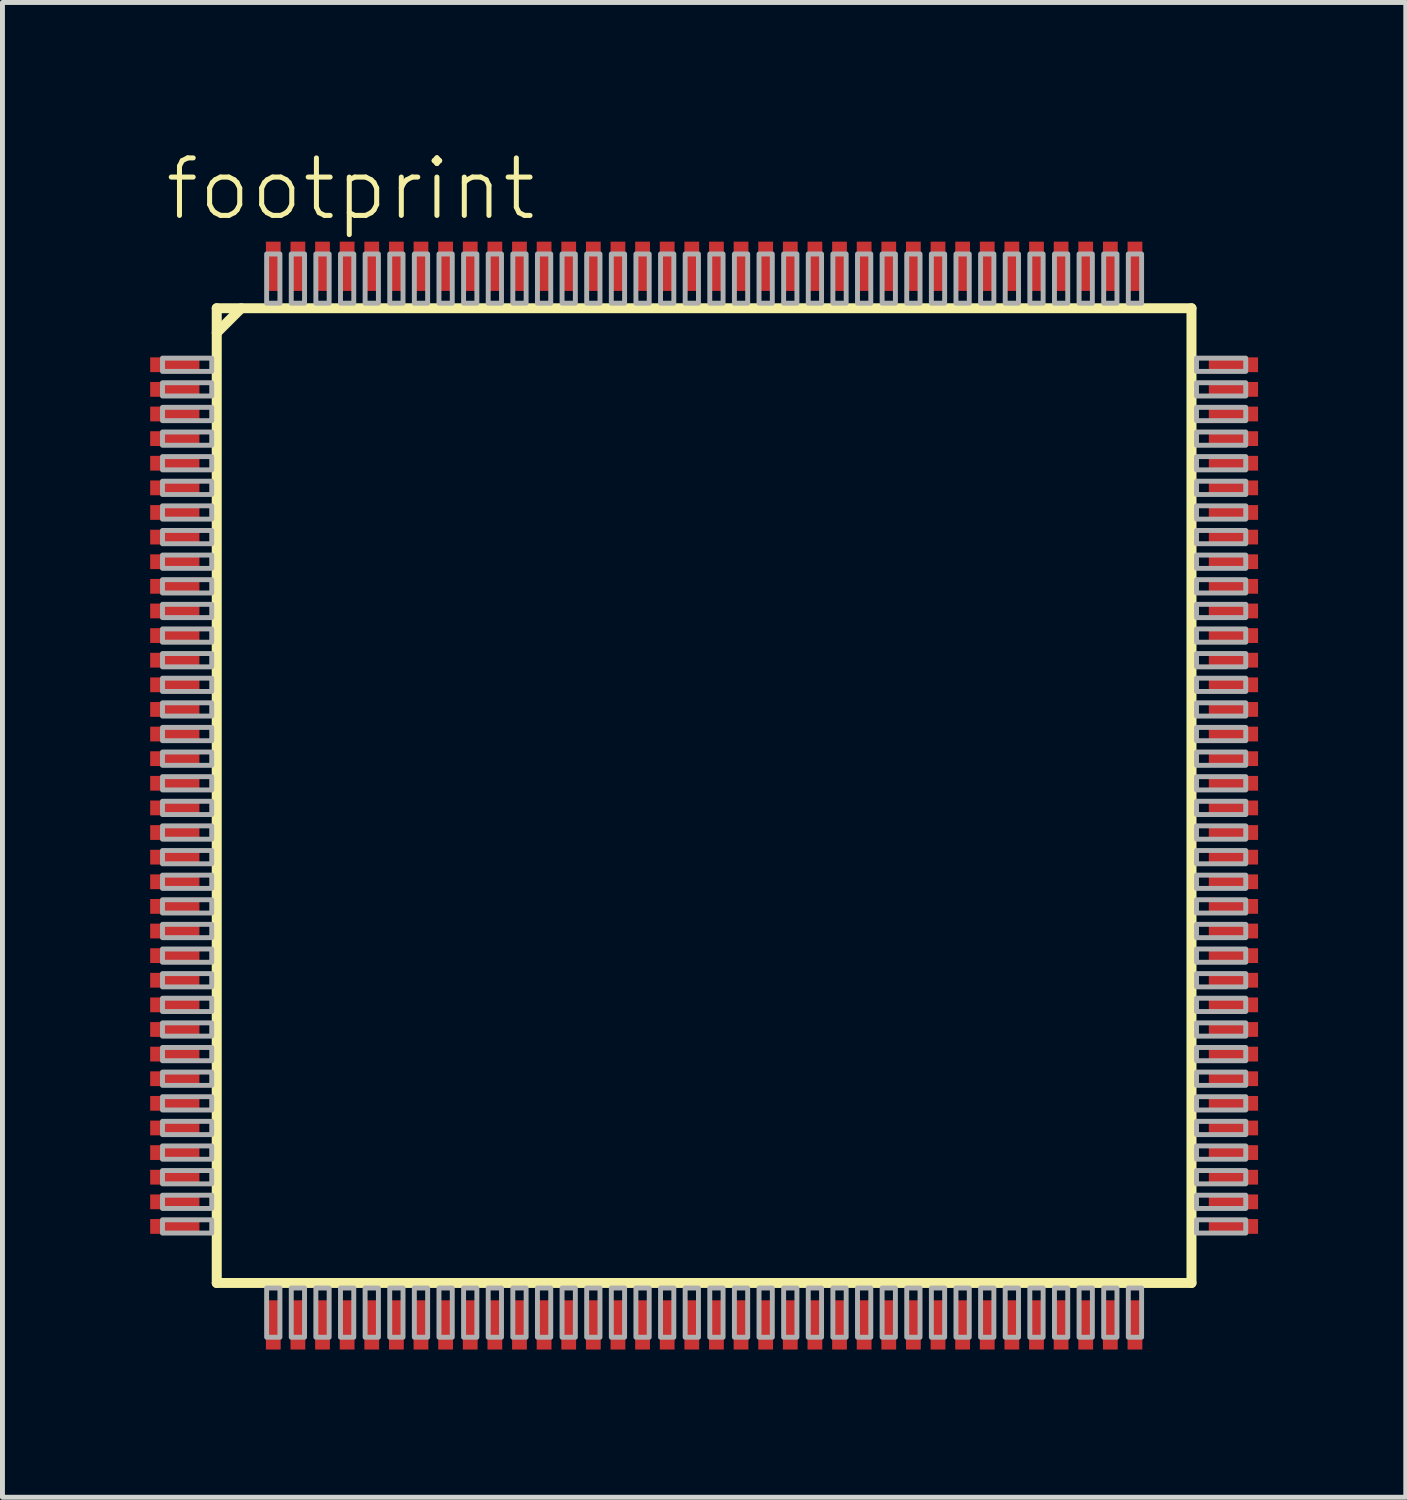
<source format=kicad_pcb>
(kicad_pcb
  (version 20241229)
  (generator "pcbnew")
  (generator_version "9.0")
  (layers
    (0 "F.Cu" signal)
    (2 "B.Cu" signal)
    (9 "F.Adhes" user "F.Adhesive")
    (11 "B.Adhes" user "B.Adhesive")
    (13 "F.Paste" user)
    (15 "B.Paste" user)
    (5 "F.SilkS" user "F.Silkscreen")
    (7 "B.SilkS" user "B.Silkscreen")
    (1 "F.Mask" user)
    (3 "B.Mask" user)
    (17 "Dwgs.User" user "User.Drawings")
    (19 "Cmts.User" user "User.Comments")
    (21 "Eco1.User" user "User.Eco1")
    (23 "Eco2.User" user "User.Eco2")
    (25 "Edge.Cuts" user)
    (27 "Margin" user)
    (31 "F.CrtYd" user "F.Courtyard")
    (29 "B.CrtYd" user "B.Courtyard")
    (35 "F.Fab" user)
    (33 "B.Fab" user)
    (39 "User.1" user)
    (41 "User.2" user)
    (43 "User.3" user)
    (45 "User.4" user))
  (footprint "footprint"
    (layer "F.Cu")
    (at 11.25 13.108)
    (property "Reference" "footprint" (at -11 -11.635 0) (layer "F.SilkS") (effects (font (size 1.168 1.168) (thickness 0.102)) (justify left bottom)))
    (fp_line (start -9.898 -9.898) (end -9.898 9.898) (stroke (width 0.203) (type solid)) (layer "F.SilkS"))
    (fp_line (start -9.898 -9.4) (end -9.4 -9.898) (stroke (width 0.203) (type solid)) (layer "F.SilkS"))
    (fp_line (start -9.898 9.898) (end 9.898 9.898) (stroke (width 0.203) (type solid)) (layer "F.SilkS"))
    (fp_line (start 9.898 -9.898) (end -9.898 -9.898) (stroke (width 0.203) (type solid)) (layer "F.SilkS"))
    (fp_line (start 9.898 9.898) (end 9.898 -9.898) (stroke (width 0.203) (type solid)) (layer "F.SilkS"))
    (fp_poly (pts (xy -11 -8.615) (xy -10 -8.615) (xy -10 -8.885) (xy -11 -8.885)) (stroke (width 0.1) (type solid)) (fill no) (layer "F.Fab"))
    (fp_poly (pts (xy -11 -8.115) (xy -10 -8.115) (xy -10 -8.385) (xy -11 -8.385)) (stroke (width 0.1) (type solid)) (fill no) (layer "F.Fab"))
    (fp_poly (pts (xy -11 -7.615) (xy -10 -7.615) (xy -10 -7.885) (xy -11 -7.885)) (stroke (width 0.1) (type solid)) (fill no) (layer "F.Fab"))
    (fp_poly (pts (xy -11 -7.115) (xy -10 -7.115) (xy -10 -7.385) (xy -11 -7.385)) (stroke (width 0.1) (type solid)) (fill no) (layer "F.Fab"))
    (fp_poly (pts (xy -11 -6.615) (xy -10 -6.615) (xy -10 -6.885) (xy -11 -6.885)) (stroke (width 0.1) (type solid)) (fill no) (layer "F.Fab"))
    (fp_poly (pts (xy -11 -6.115) (xy -10 -6.115) (xy -10 -6.385) (xy -11 -6.385)) (stroke (width 0.1) (type solid)) (fill no) (layer "F.Fab"))
    (fp_poly (pts (xy -11 -5.615) (xy -10 -5.615) (xy -10 -5.885) (xy -11 -5.885)) (stroke (width 0.1) (type solid)) (fill no) (layer "F.Fab"))
    (fp_poly (pts (xy -11 -5.115) (xy -10 -5.115) (xy -10 -5.385) (xy -11 -5.385)) (stroke (width 0.1) (type solid)) (fill no) (layer "F.Fab"))
    (fp_poly (pts (xy -11 -4.615) (xy -10 -4.615) (xy -10 -4.885) (xy -11 -4.885)) (stroke (width 0.1) (type solid)) (fill no) (layer "F.Fab"))
    (fp_poly (pts (xy -11 -4.115) (xy -10 -4.115) (xy -10 -4.385) (xy -11 -4.385)) (stroke (width 0.1) (type solid)) (fill no) (layer "F.Fab"))
    (fp_poly (pts (xy -11 -3.615) (xy -10 -3.615) (xy -10 -3.885) (xy -11 -3.885)) (stroke (width 0.1) (type solid)) (fill no) (layer "F.Fab"))
    (fp_poly (pts (xy -11 -3.115) (xy -10 -3.115) (xy -10 -3.385) (xy -11 -3.385)) (stroke (width 0.1) (type solid)) (fill no) (layer "F.Fab"))
    (fp_poly (pts (xy -11 -2.615) (xy -10 -2.615) (xy -10 -2.885) (xy -11 -2.885)) (stroke (width 0.1) (type solid)) (fill no) (layer "F.Fab"))
    (fp_poly (pts (xy -11 -2.115) (xy -10 -2.115) (xy -10 -2.385) (xy -11 -2.385)) (stroke (width 0.1) (type solid)) (fill no) (layer "F.Fab"))
    (fp_poly (pts (xy -11 -1.615) (xy -10 -1.615) (xy -10 -1.885) (xy -11 -1.885)) (stroke (width 0.1) (type solid)) (fill no) (layer "F.Fab"))
    (fp_poly (pts (xy -11 -1.115) (xy -10 -1.115) (xy -10 -1.385) (xy -11 -1.385)) (stroke (width 0.1) (type solid)) (fill no) (layer "F.Fab"))
    (fp_poly (pts (xy -11 -0.615) (xy -10 -0.615) (xy -10 -0.885) (xy -11 -0.885)) (stroke (width 0.1) (type solid)) (fill no) (layer "F.Fab"))
    (fp_poly (pts (xy -11 -0.115) (xy -10 -0.115) (xy -10 -0.385) (xy -11 -0.385)) (stroke (width 0.1) (type solid)) (fill no) (layer "F.Fab"))
    (fp_poly (pts (xy -11 0.385) (xy -10 0.385) (xy -10 0.115) (xy -11 0.115)) (stroke (width 0.1) (type solid)) (fill no) (layer "F.Fab"))
    (fp_poly (pts (xy -11 0.885) (xy -10 0.885) (xy -10 0.615) (xy -11 0.615)) (stroke (width 0.1) (type solid)) (fill no) (layer "F.Fab"))
    (fp_poly (pts (xy -11 1.385) (xy -10 1.385) (xy -10 1.115) (xy -11 1.115)) (stroke (width 0.1) (type solid)) (fill no) (layer "F.Fab"))
    (fp_poly (pts (xy -11 1.885) (xy -10 1.885) (xy -10 1.615) (xy -11 1.615)) (stroke (width 0.1) (type solid)) (fill no) (layer "F.Fab"))
    (fp_poly (pts (xy -11 2.385) (xy -10 2.385) (xy -10 2.115) (xy -11 2.115)) (stroke (width 0.1) (type solid)) (fill no) (layer "F.Fab"))
    (fp_poly (pts (xy -11 2.885) (xy -10 2.885) (xy -10 2.615) (xy -11 2.615)) (stroke (width 0.1) (type solid)) (fill no) (layer "F.Fab"))
    (fp_poly (pts (xy -11 3.385) (xy -10 3.385) (xy -10 3.115) (xy -11 3.115)) (stroke (width 0.1) (type solid)) (fill no) (layer "F.Fab"))
    (fp_poly (pts (xy -11 3.885) (xy -10 3.885) (xy -10 3.615) (xy -11 3.615)) (stroke (width 0.1) (type solid)) (fill no) (layer "F.Fab"))
    (fp_poly (pts (xy -11 4.385) (xy -10 4.385) (xy -10 4.115) (xy -11 4.115)) (stroke (width 0.1) (type solid)) (fill no) (layer "F.Fab"))
    (fp_poly (pts (xy -11 4.885) (xy -10 4.885) (xy -10 4.615) (xy -11 4.615)) (stroke (width 0.1) (type solid)) (fill no) (layer "F.Fab"))
    (fp_poly (pts (xy -11 5.385) (xy -10 5.385) (xy -10 5.115) (xy -11 5.115)) (stroke (width 0.1) (type solid)) (fill no) (layer "F.Fab"))
    (fp_poly (pts (xy -11 5.885) (xy -10 5.885) (xy -10 5.615) (xy -11 5.615)) (stroke (width 0.1) (type solid)) (fill no) (layer "F.Fab"))
    (fp_poly (pts (xy -11 6.385) (xy -10 6.385) (xy -10 6.115) (xy -11 6.115)) (stroke (width 0.1) (type solid)) (fill no) (layer "F.Fab"))
    (fp_poly (pts (xy -11 6.885) (xy -10 6.885) (xy -10 6.615) (xy -11 6.615)) (stroke (width 0.1) (type solid)) (fill no) (layer "F.Fab"))
    (fp_poly (pts (xy -11 7.385) (xy -10 7.385) (xy -10 7.115) (xy -11 7.115)) (stroke (width 0.1) (type solid)) (fill no) (layer "F.Fab"))
    (fp_poly (pts (xy -11 7.885) (xy -10 7.885) (xy -10 7.615) (xy -11 7.615)) (stroke (width 0.1) (type solid)) (fill no) (layer "F.Fab"))
    (fp_poly (pts (xy -11 8.385) (xy -10 8.385) (xy -10 8.115) (xy -11 8.115)) (stroke (width 0.1) (type solid)) (fill no) (layer "F.Fab"))
    (fp_poly (pts (xy -11 8.885) (xy -10 8.885) (xy -10 8.615) (xy -11 8.615)) (stroke (width 0.1) (type solid)) (fill no) (layer "F.Fab"))
    (fp_poly (pts (xy -8.885 -10) (xy -8.615 -10) (xy -8.615 -11) (xy -8.885 -11)) (stroke (width 0.1) (type solid)) (fill no) (layer "F.Fab"))
    (fp_poly (pts (xy -8.885 11) (xy -8.615 11) (xy -8.615 10) (xy -8.885 10)) (stroke (width 0.1) (type solid)) (fill no) (layer "F.Fab"))
    (fp_poly (pts (xy -8.385 -10) (xy -8.115 -10) (xy -8.115 -11) (xy -8.385 -11)) (stroke (width 0.1) (type solid)) (fill no) (layer "F.Fab"))
    (fp_poly (pts (xy -8.385 11) (xy -8.115 11) (xy -8.115 10) (xy -8.385 10)) (stroke (width 0.1) (type solid)) (fill no) (layer "F.Fab"))
    (fp_poly (pts (xy -7.885 -10) (xy -7.615 -10) (xy -7.615 -11) (xy -7.885 -11)) (stroke (width 0.1) (type solid)) (fill no) (layer "F.Fab"))
    (fp_poly (pts (xy -7.885 11) (xy -7.615 11) (xy -7.615 10) (xy -7.885 10)) (stroke (width 0.1) (type solid)) (fill no) (layer "F.Fab"))
    (fp_poly (pts (xy -7.385 -10) (xy -7.115 -10) (xy -7.115 -11) (xy -7.385 -11)) (stroke (width 0.1) (type solid)) (fill no) (layer "F.Fab"))
    (fp_poly (pts (xy -7.385 11) (xy -7.115 11) (xy -7.115 10) (xy -7.385 10)) (stroke (width 0.1) (type solid)) (fill no) (layer "F.Fab"))
    (fp_poly (pts (xy -6.885 -10) (xy -6.615 -10) (xy -6.615 -11) (xy -6.885 -11)) (stroke (width 0.1) (type solid)) (fill no) (layer "F.Fab"))
    (fp_poly (pts (xy -6.885 11) (xy -6.615 11) (xy -6.615 10) (xy -6.885 10)) (stroke (width 0.1) (type solid)) (fill no) (layer "F.Fab"))
    (fp_poly (pts (xy -6.385 -10) (xy -6.115 -10) (xy -6.115 -11) (xy -6.385 -11)) (stroke (width 0.1) (type solid)) (fill no) (layer "F.Fab"))
    (fp_poly (pts (xy -6.385 11) (xy -6.115 11) (xy -6.115 10) (xy -6.385 10)) (stroke (width 0.1) (type solid)) (fill no) (layer "F.Fab"))
    (fp_poly (pts (xy -5.885 -10) (xy -5.615 -10) (xy -5.615 -11) (xy -5.885 -11)) (stroke (width 0.1) (type solid)) (fill no) (layer "F.Fab"))
    (fp_poly (pts (xy -5.885 11) (xy -5.615 11) (xy -5.615 10) (xy -5.885 10)) (stroke (width 0.1) (type solid)) (fill no) (layer "F.Fab"))
    (fp_poly (pts (xy -5.385 -10) (xy -5.115 -10) (xy -5.115 -11) (xy -5.385 -11)) (stroke (width 0.1) (type solid)) (fill no) (layer "F.Fab"))
    (fp_poly (pts (xy -5.385 11) (xy -5.115 11) (xy -5.115 10) (xy -5.385 10)) (stroke (width 0.1) (type solid)) (fill no) (layer "F.Fab"))
    (fp_poly (pts (xy -4.885 -10) (xy -4.615 -10) (xy -4.615 -11) (xy -4.885 -11)) (stroke (width 0.1) (type solid)) (fill no) (layer "F.Fab"))
    (fp_poly (pts (xy -4.885 11) (xy -4.615 11) (xy -4.615 10) (xy -4.885 10)) (stroke (width 0.1) (type solid)) (fill no) (layer "F.Fab"))
    (fp_poly (pts (xy -4.385 -10) (xy -4.115 -10) (xy -4.115 -11) (xy -4.385 -11)) (stroke (width 0.1) (type solid)) (fill no) (layer "F.Fab"))
    (fp_poly (pts (xy -4.385 11) (xy -4.115 11) (xy -4.115 10) (xy -4.385 10)) (stroke (width 0.1) (type solid)) (fill no) (layer "F.Fab"))
    (fp_poly (pts (xy -3.885 -10) (xy -3.615 -10) (xy -3.615 -11) (xy -3.885 -11)) (stroke (width 0.1) (type solid)) (fill no) (layer "F.Fab"))
    (fp_poly (pts (xy -3.885 11) (xy -3.615 11) (xy -3.615 10) (xy -3.885 10)) (stroke (width 0.1) (type solid)) (fill no) (layer "F.Fab"))
    (fp_poly (pts (xy -3.385 -10) (xy -3.115 -10) (xy -3.115 -11) (xy -3.385 -11)) (stroke (width 0.1) (type solid)) (fill no) (layer "F.Fab"))
    (fp_poly (pts (xy -3.385 11) (xy -3.115 11) (xy -3.115 10) (xy -3.385 10)) (stroke (width 0.1) (type solid)) (fill no) (layer "F.Fab"))
    (fp_poly (pts (xy -2.885 -10) (xy -2.615 -10) (xy -2.615 -11) (xy -2.885 -11)) (stroke (width 0.1) (type solid)) (fill no) (layer "F.Fab"))
    (fp_poly (pts (xy -2.885 11) (xy -2.615 11) (xy -2.615 10) (xy -2.885 10)) (stroke (width 0.1) (type solid)) (fill no) (layer "F.Fab"))
    (fp_poly (pts (xy -2.385 -10) (xy -2.115 -10) (xy -2.115 -11) (xy -2.385 -11)) (stroke (width 0.1) (type solid)) (fill no) (layer "F.Fab"))
    (fp_poly (pts (xy -2.385 11) (xy -2.115 11) (xy -2.115 10) (xy -2.385 10)) (stroke (width 0.1) (type solid)) (fill no) (layer "F.Fab"))
    (fp_poly (pts (xy -1.885 -10) (xy -1.615 -10) (xy -1.615 -11) (xy -1.885 -11)) (stroke (width 0.1) (type solid)) (fill no) (layer "F.Fab"))
    (fp_poly (pts (xy -1.885 11) (xy -1.615 11) (xy -1.615 10) (xy -1.885 10)) (stroke (width 0.1) (type solid)) (fill no) (layer "F.Fab"))
    (fp_poly (pts (xy -1.385 -10) (xy -1.115 -10) (xy -1.115 -11) (xy -1.385 -11)) (stroke (width 0.1) (type solid)) (fill no) (layer "F.Fab"))
    (fp_poly (pts (xy -1.385 11) (xy -1.115 11) (xy -1.115 10) (xy -1.385 10)) (stroke (width 0.1) (type solid)) (fill no) (layer "F.Fab"))
    (fp_poly (pts (xy -0.885 -10) (xy -0.615 -10) (xy -0.615 -11) (xy -0.885 -11)) (stroke (width 0.1) (type solid)) (fill no) (layer "F.Fab"))
    (fp_poly (pts (xy -0.885 11) (xy -0.615 11) (xy -0.615 10) (xy -0.885 10)) (stroke (width 0.1) (type solid)) (fill no) (layer "F.Fab"))
    (fp_poly (pts (xy -0.385 -10) (xy -0.115 -10) (xy -0.115 -11) (xy -0.385 -11)) (stroke (width 0.1) (type solid)) (fill no) (layer "F.Fab"))
    (fp_poly (pts (xy -0.385 11) (xy -0.115 11) (xy -0.115 10) (xy -0.385 10)) (stroke (width 0.1) (type solid)) (fill no) (layer "F.Fab"))
    (fp_poly (pts (xy 0.115 -10) (xy 0.385 -10) (xy 0.385 -11) (xy 0.115 -11)) (stroke (width 0.1) (type solid)) (fill no) (layer "F.Fab"))
    (fp_poly (pts (xy 0.115 11) (xy 0.385 11) (xy 0.385 10) (xy 0.115 10)) (stroke (width 0.1) (type solid)) (fill no) (layer "F.Fab"))
    (fp_poly (pts (xy 0.615 -10) (xy 0.885 -10) (xy 0.885 -11) (xy 0.615 -11)) (stroke (width 0.1) (type solid)) (fill no) (layer "F.Fab"))
    (fp_poly (pts (xy 0.615 11) (xy 0.885 11) (xy 0.885 10) (xy 0.615 10)) (stroke (width 0.1) (type solid)) (fill no) (layer "F.Fab"))
    (fp_poly (pts (xy 1.115 -10) (xy 1.385 -10) (xy 1.385 -11) (xy 1.115 -11)) (stroke (width 0.1) (type solid)) (fill no) (layer "F.Fab"))
    (fp_poly (pts (xy 1.115 11) (xy 1.385 11) (xy 1.385 10) (xy 1.115 10)) (stroke (width 0.1) (type solid)) (fill no) (layer "F.Fab"))
    (fp_poly (pts (xy 1.615 -10) (xy 1.885 -10) (xy 1.885 -11) (xy 1.615 -11)) (stroke (width 0.1) (type solid)) (fill no) (layer "F.Fab"))
    (fp_poly (pts (xy 1.615 11) (xy 1.885 11) (xy 1.885 10) (xy 1.615 10)) (stroke (width 0.1) (type solid)) (fill no) (layer "F.Fab"))
    (fp_poly (pts (xy 2.115 -10) (xy 2.385 -10) (xy 2.385 -11) (xy 2.115 -11)) (stroke (width 0.1) (type solid)) (fill no) (layer "F.Fab"))
    (fp_poly (pts (xy 2.115 11) (xy 2.385 11) (xy 2.385 10) (xy 2.115 10)) (stroke (width 0.1) (type solid)) (fill no) (layer "F.Fab"))
    (fp_poly (pts (xy 2.615 -10) (xy 2.885 -10) (xy 2.885 -11) (xy 2.615 -11)) (stroke (width 0.1) (type solid)) (fill no) (layer "F.Fab"))
    (fp_poly (pts (xy 2.615 11) (xy 2.885 11) (xy 2.885 10) (xy 2.615 10)) (stroke (width 0.1) (type solid)) (fill no) (layer "F.Fab"))
    (fp_poly (pts (xy 3.115 -10) (xy 3.385 -10) (xy 3.385 -11) (xy 3.115 -11)) (stroke (width 0.1) (type solid)) (fill no) (layer "F.Fab"))
    (fp_poly (pts (xy 3.115 11) (xy 3.385 11) (xy 3.385 10) (xy 3.115 10)) (stroke (width 0.1) (type solid)) (fill no) (layer "F.Fab"))
    (fp_poly (pts (xy 3.615 -10) (xy 3.885 -10) (xy 3.885 -11) (xy 3.615 -11)) (stroke (width 0.1) (type solid)) (fill no) (layer "F.Fab"))
    (fp_poly (pts (xy 3.615 11) (xy 3.885 11) (xy 3.885 10) (xy 3.615 10)) (stroke (width 0.1) (type solid)) (fill no) (layer "F.Fab"))
    (fp_poly (pts (xy 4.115 -10) (xy 4.385 -10) (xy 4.385 -11) (xy 4.115 -11)) (stroke (width 0.1) (type solid)) (fill no) (layer "F.Fab"))
    (fp_poly (pts (xy 4.115 11) (xy 4.385 11) (xy 4.385 10) (xy 4.115 10)) (stroke (width 0.1) (type solid)) (fill no) (layer "F.Fab"))
    (fp_poly (pts (xy 4.615 -10) (xy 4.885 -10) (xy 4.885 -11) (xy 4.615 -11)) (stroke (width 0.1) (type solid)) (fill no) (layer "F.Fab"))
    (fp_poly (pts (xy 4.615 11) (xy 4.885 11) (xy 4.885 10) (xy 4.615 10)) (stroke (width 0.1) (type solid)) (fill no) (layer "F.Fab"))
    (fp_poly (pts (xy 5.115 -10) (xy 5.385 -10) (xy 5.385 -11) (xy 5.115 -11)) (stroke (width 0.1) (type solid)) (fill no) (layer "F.Fab"))
    (fp_poly (pts (xy 5.115 11) (xy 5.385 11) (xy 5.385 10) (xy 5.115 10)) (stroke (width 0.1) (type solid)) (fill no) (layer "F.Fab"))
    (fp_poly (pts (xy 5.615 -10) (xy 5.885 -10) (xy 5.885 -11) (xy 5.615 -11)) (stroke (width 0.1) (type solid)) (fill no) (layer "F.Fab"))
    (fp_poly (pts (xy 5.615 11) (xy 5.885 11) (xy 5.885 10) (xy 5.615 10)) (stroke (width 0.1) (type solid)) (fill no) (layer "F.Fab"))
    (fp_poly (pts (xy 6.115 -10) (xy 6.385 -10) (xy 6.385 -11) (xy 6.115 -11)) (stroke (width 0.1) (type solid)) (fill no) (layer "F.Fab"))
    (fp_poly (pts (xy 6.115 11) (xy 6.385 11) (xy 6.385 10) (xy 6.115 10)) (stroke (width 0.1) (type solid)) (fill no) (layer "F.Fab"))
    (fp_poly (pts (xy 6.615 -10) (xy 6.885 -10) (xy 6.885 -11) (xy 6.615 -11)) (stroke (width 0.1) (type solid)) (fill no) (layer "F.Fab"))
    (fp_poly (pts (xy 6.615 11) (xy 6.885 11) (xy 6.885 10) (xy 6.615 10)) (stroke (width 0.1) (type solid)) (fill no) (layer "F.Fab"))
    (fp_poly (pts (xy 7.115 -10) (xy 7.385 -10) (xy 7.385 -11) (xy 7.115 -11)) (stroke (width 0.1) (type solid)) (fill no) (layer "F.Fab"))
    (fp_poly (pts (xy 7.115 11) (xy 7.385 11) (xy 7.385 10) (xy 7.115 10)) (stroke (width 0.1) (type solid)) (fill no) (layer "F.Fab"))
    (fp_poly (pts (xy 7.615 -10) (xy 7.885 -10) (xy 7.885 -11) (xy 7.615 -11)) (stroke (width 0.1) (type solid)) (fill no) (layer "F.Fab"))
    (fp_poly (pts (xy 7.615 11) (xy 7.885 11) (xy 7.885 10) (xy 7.615 10)) (stroke (width 0.1) (type solid)) (fill no) (layer "F.Fab"))
    (fp_poly (pts (xy 8.115 -10) (xy 8.385 -10) (xy 8.385 -11) (xy 8.115 -11)) (stroke (width 0.1) (type solid)) (fill no) (layer "F.Fab"))
    (fp_poly (pts (xy 8.115 11) (xy 8.385 11) (xy 8.385 10) (xy 8.115 10)) (stroke (width 0.1) (type solid)) (fill no) (layer "F.Fab"))
    (fp_poly (pts (xy 8.615 -10) (xy 8.885 -10) (xy 8.885 -11) (xy 8.615 -11)) (stroke (width 0.1) (type solid)) (fill no) (layer "F.Fab"))
    (fp_poly (pts (xy 8.615 11) (xy 8.885 11) (xy 8.885 10) (xy 8.615 10)) (stroke (width 0.1) (type solid)) (fill no) (layer "F.Fab"))
    (fp_poly (pts (xy 10 -8.615) (xy 11 -8.615) (xy 11 -8.885) (xy 10 -8.885)) (stroke (width 0.1) (type solid)) (fill no) (layer "F.Fab"))
    (fp_poly (pts (xy 10 -8.115) (xy 11 -8.115) (xy 11 -8.385) (xy 10 -8.385)) (stroke (width 0.1) (type solid)) (fill no) (layer "F.Fab"))
    (fp_poly (pts (xy 10 -7.615) (xy 11 -7.615) (xy 11 -7.885) (xy 10 -7.885)) (stroke (width 0.1) (type solid)) (fill no) (layer "F.Fab"))
    (fp_poly (pts (xy 10 -7.115) (xy 11 -7.115) (xy 11 -7.385) (xy 10 -7.385)) (stroke (width 0.1) (type solid)) (fill no) (layer "F.Fab"))
    (fp_poly (pts (xy 10 -6.615) (xy 11 -6.615) (xy 11 -6.885) (xy 10 -6.885)) (stroke (width 0.1) (type solid)) (fill no) (layer "F.Fab"))
    (fp_poly (pts (xy 10 -6.115) (xy 11 -6.115) (xy 11 -6.385) (xy 10 -6.385)) (stroke (width 0.1) (type solid)) (fill no) (layer "F.Fab"))
    (fp_poly (pts (xy 10 -5.615) (xy 11 -5.615) (xy 11 -5.885) (xy 10 -5.885)) (stroke (width 0.1) (type solid)) (fill no) (layer "F.Fab"))
    (fp_poly (pts (xy 10 -5.115) (xy 11 -5.115) (xy 11 -5.385) (xy 10 -5.385)) (stroke (width 0.1) (type solid)) (fill no) (layer "F.Fab"))
    (fp_poly (pts (xy 10 -4.615) (xy 11 -4.615) (xy 11 -4.885) (xy 10 -4.885)) (stroke (width 0.1) (type solid)) (fill no) (layer "F.Fab"))
    (fp_poly (pts (xy 10 -4.115) (xy 11 -4.115) (xy 11 -4.385) (xy 10 -4.385)) (stroke (width 0.1) (type solid)) (fill no) (layer "F.Fab"))
    (fp_poly (pts (xy 10 -3.615) (xy 11 -3.615) (xy 11 -3.885) (xy 10 -3.885)) (stroke (width 0.1) (type solid)) (fill no) (layer "F.Fab"))
    (fp_poly (pts (xy 10 -3.115) (xy 11 -3.115) (xy 11 -3.385) (xy 10 -3.385)) (stroke (width 0.1) (type solid)) (fill no) (layer "F.Fab"))
    (fp_poly (pts (xy 10 -2.615) (xy 11 -2.615) (xy 11 -2.885) (xy 10 -2.885)) (stroke (width 0.1) (type solid)) (fill no) (layer "F.Fab"))
    (fp_poly (pts (xy 10 -2.115) (xy 11 -2.115) (xy 11 -2.385) (xy 10 -2.385)) (stroke (width 0.1) (type solid)) (fill no) (layer "F.Fab"))
    (fp_poly (pts (xy 10 -1.615) (xy 11 -1.615) (xy 11 -1.885) (xy 10 -1.885)) (stroke (width 0.1) (type solid)) (fill no) (layer "F.Fab"))
    (fp_poly (pts (xy 10 -1.115) (xy 11 -1.115) (xy 11 -1.385) (xy 10 -1.385)) (stroke (width 0.1) (type solid)) (fill no) (layer "F.Fab"))
    (fp_poly (pts (xy 10 -0.615) (xy 11 -0.615) (xy 11 -0.885) (xy 10 -0.885)) (stroke (width 0.1) (type solid)) (fill no) (layer "F.Fab"))
    (fp_poly (pts (xy 10 -0.115) (xy 11 -0.115) (xy 11 -0.385) (xy 10 -0.385)) (stroke (width 0.1) (type solid)) (fill no) (layer "F.Fab"))
    (fp_poly (pts (xy 10 0.385) (xy 11 0.385) (xy 11 0.115) (xy 10 0.115)) (stroke (width 0.1) (type solid)) (fill no) (layer "F.Fab"))
    (fp_poly (pts (xy 10 0.885) (xy 11 0.885) (xy 11 0.615) (xy 10 0.615)) (stroke (width 0.1) (type solid)) (fill no) (layer "F.Fab"))
    (fp_poly (pts (xy 10 1.385) (xy 11 1.385) (xy 11 1.115) (xy 10 1.115)) (stroke (width 0.1) (type solid)) (fill no) (layer "F.Fab"))
    (fp_poly (pts (xy 10 1.885) (xy 11 1.885) (xy 11 1.615) (xy 10 1.615)) (stroke (width 0.1) (type solid)) (fill no) (layer "F.Fab"))
    (fp_poly (pts (xy 10 2.385) (xy 11 2.385) (xy 11 2.115) (xy 10 2.115)) (stroke (width 0.1) (type solid)) (fill no) (layer "F.Fab"))
    (fp_poly (pts (xy 10 2.885) (xy 11 2.885) (xy 11 2.615) (xy 10 2.615)) (stroke (width 0.1) (type solid)) (fill no) (layer "F.Fab"))
    (fp_poly (pts (xy 10 3.385) (xy 11 3.385) (xy 11 3.115) (xy 10 3.115)) (stroke (width 0.1) (type solid)) (fill no) (layer "F.Fab"))
    (fp_poly (pts (xy 10 3.885) (xy 11 3.885) (xy 11 3.615) (xy 10 3.615)) (stroke (width 0.1) (type solid)) (fill no) (layer "F.Fab"))
    (fp_poly (pts (xy 10 4.385) (xy 11 4.385) (xy 11 4.115) (xy 10 4.115)) (stroke (width 0.1) (type solid)) (fill no) (layer "F.Fab"))
    (fp_poly (pts (xy 10 4.885) (xy 11 4.885) (xy 11 4.615) (xy 10 4.615)) (stroke (width 0.1) (type solid)) (fill no) (layer "F.Fab"))
    (fp_poly (pts (xy 10 5.385) (xy 11 5.385) (xy 11 5.115) (xy 10 5.115)) (stroke (width 0.1) (type solid)) (fill no) (layer "F.Fab"))
    (fp_poly (pts (xy 10 5.885) (xy 11 5.885) (xy 11 5.615) (xy 10 5.615)) (stroke (width 0.1) (type solid)) (fill no) (layer "F.Fab"))
    (fp_poly (pts (xy 10 6.385) (xy 11 6.385) (xy 11 6.115) (xy 10 6.115)) (stroke (width 0.1) (type solid)) (fill no) (layer "F.Fab"))
    (fp_poly (pts (xy 10 6.885) (xy 11 6.885) (xy 11 6.615) (xy 10 6.615)) (stroke (width 0.1) (type solid)) (fill no) (layer "F.Fab"))
    (fp_poly (pts (xy 10 7.385) (xy 11 7.385) (xy 11 7.115) (xy 10 7.115)) (stroke (width 0.1) (type solid)) (fill no) (layer "F.Fab"))
    (fp_poly (pts (xy 10 7.885) (xy 11 7.885) (xy 11 7.615) (xy 10 7.615)) (stroke (width 0.1) (type solid)) (fill no) (layer "F.Fab"))
    (fp_poly (pts (xy 10 8.385) (xy 11 8.385) (xy 11 8.115) (xy 10 8.115)) (stroke (width 0.1) (type solid)) (fill no) (layer "F.Fab"))
    (fp_poly (pts (xy 10 8.885) (xy 11 8.885) (xy 11 8.615) (xy 10 8.615)) (stroke (width 0.1) (type solid)) (fill no) (layer "F.Fab"))
    (pad "1" smd rect (at -10.75 -8.75) (size 1 0.3) (layers "F.Cu" "F.Mask" "F.Paste"))
    (pad "2" smd rect (at -10.75 -8.25) (size 1 0.3) (layers "F.Cu" "F.Mask" "F.Paste"))
    (pad "3" smd rect (at -10.75 -7.75) (size 1 0.3) (layers "F.Cu" "F.Mask" "F.Paste"))
    (pad "4" smd rect (at -10.75 -7.25) (size 1 0.3) (layers "F.Cu" "F.Mask" "F.Paste"))
    (pad "5" smd rect (at -10.75 -6.75) (size 1 0.3) (layers "F.Cu" "F.Mask" "F.Paste"))
    (pad "6" smd rect (at -10.75 -6.25) (size 1 0.3) (layers "F.Cu" "F.Mask" "F.Paste"))
    (pad "7" smd rect (at -10.75 -5.75) (size 1 0.3) (layers "F.Cu" "F.Mask" "F.Paste"))
    (pad "8" smd rect (at -10.75 -5.25) (size 1 0.3) (layers "F.Cu" "F.Mask" "F.Paste"))
    (pad "9" smd rect (at -10.75 -4.75) (size 1 0.3) (layers "F.Cu" "F.Mask" "F.Paste"))
    (pad "10" smd rect (at -10.75 -4.25) (size 1 0.3) (layers "F.Cu" "F.Mask" "F.Paste"))
    (pad "11" smd rect (at -10.75 -3.75) (size 1 0.3) (layers "F.Cu" "F.Mask" "F.Paste"))
    (pad "12" smd rect (at -10.75 -3.25) (size 1 0.3) (layers "F.Cu" "F.Mask" "F.Paste"))
    (pad "13" smd rect (at -10.75 -2.75) (size 1 0.3) (layers "F.Cu" "F.Mask" "F.Paste"))
    (pad "14" smd rect (at -10.75 -2.25) (size 1 0.3) (layers "F.Cu" "F.Mask" "F.Paste"))
    (pad "15" smd rect (at -10.75 -1.75) (size 1 0.3) (layers "F.Cu" "F.Mask" "F.Paste"))
    (pad "16" smd rect (at -10.75 -1.25) (size 1 0.3) (layers "F.Cu" "F.Mask" "F.Paste"))
    (pad "17" smd rect (at -10.75 -0.75) (size 1 0.3) (layers "F.Cu" "F.Mask" "F.Paste"))
    (pad "18" smd rect (at -10.75 -0.25) (size 1 0.3) (layers "F.Cu" "F.Mask" "F.Paste"))
    (pad "19" smd rect (at -10.75 0.25) (size 1 0.3) (layers "F.Cu" "F.Mask" "F.Paste"))
    (pad "20" smd rect (at -10.75 0.75) (size 1 0.3) (layers "F.Cu" "F.Mask" "F.Paste"))
    (pad "21" smd rect (at -10.75 1.25) (size 1 0.3) (layers "F.Cu" "F.Mask" "F.Paste"))
    (pad "22" smd rect (at -10.75 1.75) (size 1 0.3) (layers "F.Cu" "F.Mask" "F.Paste"))
    (pad "23" smd rect (at -10.75 2.25) (size 1 0.3) (layers "F.Cu" "F.Mask" "F.Paste"))
    (pad "24" smd rect (at -10.75 2.75) (size 1 0.3) (layers "F.Cu" "F.Mask" "F.Paste"))
    (pad "25" smd rect (at -10.75 3.25) (size 1 0.3) (layers "F.Cu" "F.Mask" "F.Paste"))
    (pad "26" smd rect (at -10.75 3.75) (size 1 0.3) (layers "F.Cu" "F.Mask" "F.Paste"))
    (pad "27" smd rect (at -10.75 4.25) (size 1 0.3) (layers "F.Cu" "F.Mask" "F.Paste"))
    (pad "28" smd rect (at -10.75 4.75) (size 1 0.3) (layers "F.Cu" "F.Mask" "F.Paste"))
    (pad "29" smd rect (at -10.75 5.25) (size 1 0.3) (layers "F.Cu" "F.Mask" "F.Paste"))
    (pad "30" smd rect (at -10.75 5.75) (size 1 0.3) (layers "F.Cu" "F.Mask" "F.Paste"))
    (pad "31" smd rect (at -10.75 6.25) (size 1 0.3) (layers "F.Cu" "F.Mask" "F.Paste"))
    (pad "32" smd rect (at -10.75 6.75) (size 1 0.3) (layers "F.Cu" "F.Mask" "F.Paste"))
    (pad "33" smd rect (at -10.75 7.25) (size 1 0.3) (layers "F.Cu" "F.Mask" "F.Paste"))
    (pad "34" smd rect (at -10.75 7.75) (size 1 0.3) (layers "F.Cu" "F.Mask" "F.Paste"))
    (pad "35" smd rect (at -10.75 8.25) (size 1 0.3) (layers "F.Cu" "F.Mask" "F.Paste"))
    (pad "36" smd rect (at -10.75 8.75) (size 1 0.3) (layers "F.Cu" "F.Mask" "F.Paste"))
    (pad "37" smd rect (at -8.75 10.75) (size 0.3 1) (layers "F.Cu" "F.Mask" "F.Paste"))
    (pad "38" smd rect (at -8.25 10.75) (size 0.3 1) (layers "F.Cu" "F.Mask" "F.Paste"))
    (pad "39" smd rect (at -7.75 10.75) (size 0.3 1) (layers "F.Cu" "F.Mask" "F.Paste"))
    (pad "40" smd rect (at -7.25 10.75) (size 0.3 1) (layers "F.Cu" "F.Mask" "F.Paste"))
    (pad "41" smd rect (at -6.75 10.75) (size 0.3 1) (layers "F.Cu" "F.Mask" "F.Paste"))
    (pad "42" smd rect (at -6.25 10.75) (size 0.3 1) (layers "F.Cu" "F.Mask" "F.Paste"))
    (pad "43" smd rect (at -5.75 10.75) (size 0.3 1) (layers "F.Cu" "F.Mask" "F.Paste"))
    (pad "44" smd rect (at -5.25 10.75) (size 0.3 1) (layers "F.Cu" "F.Mask" "F.Paste"))
    (pad "45" smd rect (at -4.75 10.75) (size 0.3 1) (layers "F.Cu" "F.Mask" "F.Paste"))
    (pad "46" smd rect (at -4.25 10.75) (size 0.3 1) (layers "F.Cu" "F.Mask" "F.Paste"))
    (pad "47" smd rect (at -3.75 10.75) (size 0.3 1) (layers "F.Cu" "F.Mask" "F.Paste"))
    (pad "48" smd rect (at -3.25 10.75) (size 0.3 1) (layers "F.Cu" "F.Mask" "F.Paste"))
    (pad "49" smd rect (at -2.75 10.75) (size 0.3 1) (layers "F.Cu" "F.Mask" "F.Paste"))
    (pad "50" smd rect (at -2.25 10.75) (size 0.3 1) (layers "F.Cu" "F.Mask" "F.Paste"))
    (pad "51" smd rect (at -1.75 10.75) (size 0.3 1) (layers "F.Cu" "F.Mask" "F.Paste"))
    (pad "52" smd rect (at -1.25 10.75) (size 0.3 1) (layers "F.Cu" "F.Mask" "F.Paste"))
    (pad "53" smd rect (at -0.75 10.75) (size 0.3 1) (layers "F.Cu" "F.Mask" "F.Paste"))
    (pad "54" smd rect (at -0.25 10.75) (size 0.3 1) (layers "F.Cu" "F.Mask" "F.Paste"))
    (pad "55" smd rect (at 0.25 10.75) (size 0.3 1) (layers "F.Cu" "F.Mask" "F.Paste"))
    (pad "56" smd rect (at 0.75 10.75) (size 0.3 1) (layers "F.Cu" "F.Mask" "F.Paste"))
    (pad "57" smd rect (at 1.25 10.75) (size 0.3 1) (layers "F.Cu" "F.Mask" "F.Paste"))
    (pad "58" smd rect (at 1.75 10.75) (size 0.3 1) (layers "F.Cu" "F.Mask" "F.Paste"))
    (pad "59" smd rect (at 2.25 10.75) (size 0.3 1) (layers "F.Cu" "F.Mask" "F.Paste"))
    (pad "60" smd rect (at 2.75 10.75) (size 0.3 1) (layers "F.Cu" "F.Mask" "F.Paste"))
    (pad "61" smd rect (at 3.25 10.75) (size 0.3 1) (layers "F.Cu" "F.Mask" "F.Paste"))
    (pad "62" smd rect (at 3.75 10.75) (size 0.3 1) (layers "F.Cu" "F.Mask" "F.Paste"))
    (pad "63" smd rect (at 4.25 10.75) (size 0.3 1) (layers "F.Cu" "F.Mask" "F.Paste"))
    (pad "64" smd rect (at 4.75 10.75) (size 0.3 1) (layers "F.Cu" "F.Mask" "F.Paste"))
    (pad "65" smd rect (at 5.25 10.75) (size 0.3 1) (layers "F.Cu" "F.Mask" "F.Paste"))
    (pad "66" smd rect (at 5.75 10.75) (size 0.3 1) (layers "F.Cu" "F.Mask" "F.Paste"))
    (pad "67" smd rect (at 6.25 10.75) (size 0.3 1) (layers "F.Cu" "F.Mask" "F.Paste"))
    (pad "68" smd rect (at 6.75 10.75) (size 0.3 1) (layers "F.Cu" "F.Mask" "F.Paste"))
    (pad "69" smd rect (at 7.25 10.75) (size 0.3 1) (layers "F.Cu" "F.Mask" "F.Paste"))
    (pad "70" smd rect (at 7.75 10.75) (size 0.3 1) (layers "F.Cu" "F.Mask" "F.Paste"))
    (pad "71" smd rect (at 8.25 10.75) (size 0.3 1) (layers "F.Cu" "F.Mask" "F.Paste"))
    (pad "72" smd rect (at 8.75 10.75) (size 0.3 1) (layers "F.Cu" "F.Mask" "F.Paste"))
    (pad "73" smd rect (at 10.75 8.75) (size 1 0.3) (layers "F.Cu" "F.Mask" "F.Paste"))
    (pad "74" smd rect (at 10.75 8.25) (size 1 0.3) (layers "F.Cu" "F.Mask" "F.Paste"))
    (pad "75" smd rect (at 10.75 7.75) (size 1 0.3) (layers "F.Cu" "F.Mask" "F.Paste"))
    (pad "76" smd rect (at 10.75 7.25) (size 1 0.3) (layers "F.Cu" "F.Mask" "F.Paste"))
    (pad "77" smd rect (at 10.75 6.75) (size 1 0.3) (layers "F.Cu" "F.Mask" "F.Paste"))
    (pad "78" smd rect (at 10.75 6.25) (size 1 0.3) (layers "F.Cu" "F.Mask" "F.Paste"))
    (pad "79" smd rect (at 10.75 5.75) (size 1 0.3) (layers "F.Cu" "F.Mask" "F.Paste"))
    (pad "80" smd rect (at 10.75 5.25) (size 1 0.3) (layers "F.Cu" "F.Mask" "F.Paste"))
    (pad "81" smd rect (at 10.75 4.75) (size 1 0.3) (layers "F.Cu" "F.Mask" "F.Paste"))
    (pad "82" smd rect (at 10.75 4.25) (size 1 0.3) (layers "F.Cu" "F.Mask" "F.Paste"))
    (pad "83" smd rect (at 10.75 3.75) (size 1 0.3) (layers "F.Cu" "F.Mask" "F.Paste"))
    (pad "84" smd rect (at 10.75 3.25) (size 1 0.3) (layers "F.Cu" "F.Mask" "F.Paste"))
    (pad "85" smd rect (at 10.75 2.75) (size 1 0.3) (layers "F.Cu" "F.Mask" "F.Paste"))
    (pad "86" smd rect (at 10.75 2.25) (size 1 0.3) (layers "F.Cu" "F.Mask" "F.Paste"))
    (pad "87" smd rect (at 10.75 1.75) (size 1 0.3) (layers "F.Cu" "F.Mask" "F.Paste"))
    (pad "88" smd rect (at 10.75 1.25) (size 1 0.3) (layers "F.Cu" "F.Mask" "F.Paste"))
    (pad "89" smd rect (at 10.75 0.75) (size 1 0.3) (layers "F.Cu" "F.Mask" "F.Paste"))
    (pad "90" smd rect (at 10.75 0.25) (size 1 0.3) (layers "F.Cu" "F.Mask" "F.Paste"))
    (pad "91" smd rect (at 10.75 -0.25) (size 1 0.3) (layers "F.Cu" "F.Mask" "F.Paste"))
    (pad "92" smd rect (at 10.75 -0.75) (size 1 0.3) (layers "F.Cu" "F.Mask" "F.Paste"))
    (pad "93" smd rect (at 10.75 -1.25) (size 1 0.3) (layers "F.Cu" "F.Mask" "F.Paste"))
    (pad "94" smd rect (at 10.75 -1.75) (size 1 0.3) (layers "F.Cu" "F.Mask" "F.Paste"))
    (pad "95" smd rect (at 10.75 -2.25) (size 1 0.3) (layers "F.Cu" "F.Mask" "F.Paste"))
    (pad "96" smd rect (at 10.75 -2.75) (size 1 0.3) (layers "F.Cu" "F.Mask" "F.Paste"))
    (pad "97" smd rect (at 10.75 -3.25) (size 1 0.3) (layers "F.Cu" "F.Mask" "F.Paste"))
    (pad "98" smd rect (at 10.75 -3.75) (size 1 0.3) (layers "F.Cu" "F.Mask" "F.Paste"))
    (pad "99" smd rect (at 10.75 -4.25) (size 1 0.3) (layers "F.Cu" "F.Mask" "F.Paste"))
    (pad "100" smd rect (at 10.75 -4.75) (size 1 0.3) (layers "F.Cu" "F.Mask" "F.Paste"))
    (pad "101" smd rect (at 10.75 -5.25) (size 1 0.3) (layers "F.Cu" "F.Mask" "F.Paste"))
    (pad "102" smd rect (at 10.75 -5.75) (size 1 0.3) (layers "F.Cu" "F.Mask" "F.Paste"))
    (pad "103" smd rect (at 10.75 -6.25) (size 1 0.3) (layers "F.Cu" "F.Mask" "F.Paste"))
    (pad "104" smd rect (at 10.75 -6.75) (size 1 0.3) (layers "F.Cu" "F.Mask" "F.Paste"))
    (pad "105" smd rect (at 10.75 -7.25) (size 1 0.3) (layers "F.Cu" "F.Mask" "F.Paste"))
    (pad "106" smd rect (at 10.75 -7.75) (size 1 0.3) (layers "F.Cu" "F.Mask" "F.Paste"))
    (pad "107" smd rect (at 10.75 -8.25) (size 1 0.3) (layers "F.Cu" "F.Mask" "F.Paste"))
    (pad "108" smd rect (at 10.75 -8.75) (size 1 0.3) (layers "F.Cu" "F.Mask" "F.Paste"))
    (pad "109" smd rect (at 8.75 -10.75) (size 0.3 1) (layers "F.Cu" "F.Mask" "F.Paste"))
    (pad "110" smd rect (at 8.25 -10.75) (size 0.3 1) (layers "F.Cu" "F.Mask" "F.Paste"))
    (pad "111" smd rect (at 7.75 -10.75) (size 0.3 1) (layers "F.Cu" "F.Mask" "F.Paste"))
    (pad "112" smd rect (at 7.25 -10.75) (size 0.3 1) (layers "F.Cu" "F.Mask" "F.Paste"))
    (pad "113" smd rect (at 6.75 -10.75) (size 0.3 1) (layers "F.Cu" "F.Mask" "F.Paste"))
    (pad "114" smd rect (at 6.25 -10.75) (size 0.3 1) (layers "F.Cu" "F.Mask" "F.Paste"))
    (pad "115" smd rect (at 5.75 -10.75) (size 0.3 1) (layers "F.Cu" "F.Mask" "F.Paste"))
    (pad "116" smd rect (at 5.25 -10.75) (size 0.3 1) (layers "F.Cu" "F.Mask" "F.Paste"))
    (pad "117" smd rect (at 4.75 -10.75) (size 0.3 1) (layers "F.Cu" "F.Mask" "F.Paste"))
    (pad "118" smd rect (at 4.25 -10.75) (size 0.3 1) (layers "F.Cu" "F.Mask" "F.Paste"))
    (pad "119" smd rect (at 3.75 -10.75) (size 0.3 1) (layers "F.Cu" "F.Mask" "F.Paste"))
    (pad "120" smd rect (at 3.25 -10.75) (size 0.3 1) (layers "F.Cu" "F.Mask" "F.Paste"))
    (pad "121" smd rect (at 2.75 -10.75) (size 0.3 1) (layers "F.Cu" "F.Mask" "F.Paste"))
    (pad "122" smd rect (at 2.25 -10.75) (size 0.3 1) (layers "F.Cu" "F.Mask" "F.Paste"))
    (pad "123" smd rect (at 1.75 -10.75) (size 0.3 1) (layers "F.Cu" "F.Mask" "F.Paste"))
    (pad "124" smd rect (at 1.25 -10.75) (size 0.3 1) (layers "F.Cu" "F.Mask" "F.Paste"))
    (pad "125" smd rect (at 0.75 -10.75) (size 0.3 1) (layers "F.Cu" "F.Mask" "F.Paste"))
    (pad "126" smd rect (at 0.25 -10.75) (size 0.3 1) (layers "F.Cu" "F.Mask" "F.Paste"))
    (pad "127" smd rect (at -0.25 -10.75) (size 0.3 1) (layers "F.Cu" "F.Mask" "F.Paste"))
    (pad "128" smd rect (at -0.75 -10.75) (size 0.3 1) (layers "F.Cu" "F.Mask" "F.Paste"))
    (pad "129" smd rect (at -1.25 -10.75) (size 0.3 1) (layers "F.Cu" "F.Mask" "F.Paste"))
    (pad "130" smd rect (at -1.75 -10.75) (size 0.3 1) (layers "F.Cu" "F.Mask" "F.Paste"))
    (pad "131" smd rect (at -2.25 -10.75) (size 0.3 1) (layers "F.Cu" "F.Mask" "F.Paste"))
    (pad "132" smd rect (at -2.75 -10.75) (size 0.3 1) (layers "F.Cu" "F.Mask" "F.Paste"))
    (pad "133" smd rect (at -3.25 -10.75) (size 0.3 1) (layers "F.Cu" "F.Mask" "F.Paste"))
    (pad "134" smd rect (at -3.75 -10.75) (size 0.3 1) (layers "F.Cu" "F.Mask" "F.Paste"))
    (pad "135" smd rect (at -4.25 -10.75) (size 0.3 1) (layers "F.Cu" "F.Mask" "F.Paste"))
    (pad "136" smd rect (at -4.75 -10.75) (size 0.3 1) (layers "F.Cu" "F.Mask" "F.Paste"))
    (pad "137" smd rect (at -5.25 -10.75) (size 0.3 1) (layers "F.Cu" "F.Mask" "F.Paste"))
    (pad "138" smd rect (at -5.75 -10.75) (size 0.3 1) (layers "F.Cu" "F.Mask" "F.Paste"))
    (pad "139" smd rect (at -6.25 -10.75) (size 0.3 1) (layers "F.Cu" "F.Mask" "F.Paste"))
    (pad "140" smd rect (at -6.75 -10.75) (size 0.3 1) (layers "F.Cu" "F.Mask" "F.Paste"))
    (pad "141" smd rect (at -7.25 -10.75) (size 0.3 1) (layers "F.Cu" "F.Mask" "F.Paste"))
    (pad "142" smd rect (at -7.75 -10.75) (size 0.3 1) (layers "F.Cu" "F.Mask" "F.Paste"))
    (pad "143" smd rect (at -8.25 -10.75) (size 0.3 1) (layers "F.Cu" "F.Mask" "F.Paste"))
    (pad "144" smd rect (at -8.75 -10.75) (size 0.3 1) (layers "F.Cu" "F.Mask" "F.Paste")))
  (gr_rect
    (start -3 -3)
    (end 25.5 27.358)
    (stroke (width 0.1) (type default))
    (fill no)
    (layer "Edge.Cuts")))
</source>
